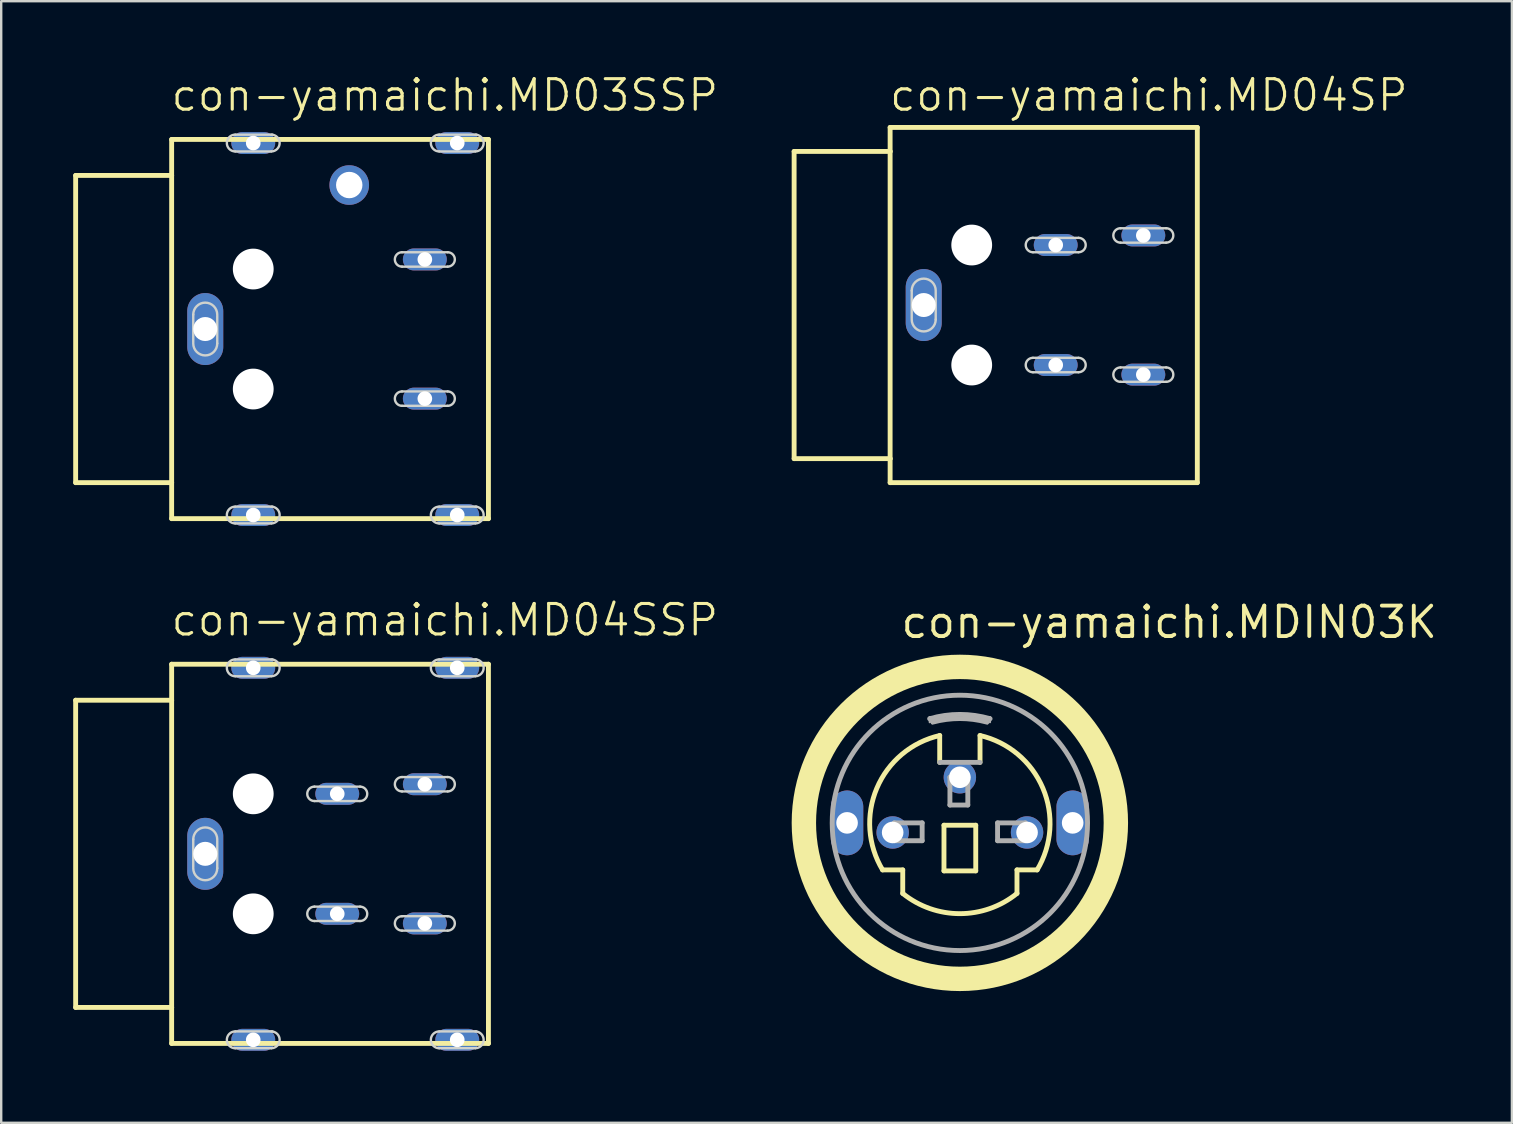
<source format=kicad_pcb>
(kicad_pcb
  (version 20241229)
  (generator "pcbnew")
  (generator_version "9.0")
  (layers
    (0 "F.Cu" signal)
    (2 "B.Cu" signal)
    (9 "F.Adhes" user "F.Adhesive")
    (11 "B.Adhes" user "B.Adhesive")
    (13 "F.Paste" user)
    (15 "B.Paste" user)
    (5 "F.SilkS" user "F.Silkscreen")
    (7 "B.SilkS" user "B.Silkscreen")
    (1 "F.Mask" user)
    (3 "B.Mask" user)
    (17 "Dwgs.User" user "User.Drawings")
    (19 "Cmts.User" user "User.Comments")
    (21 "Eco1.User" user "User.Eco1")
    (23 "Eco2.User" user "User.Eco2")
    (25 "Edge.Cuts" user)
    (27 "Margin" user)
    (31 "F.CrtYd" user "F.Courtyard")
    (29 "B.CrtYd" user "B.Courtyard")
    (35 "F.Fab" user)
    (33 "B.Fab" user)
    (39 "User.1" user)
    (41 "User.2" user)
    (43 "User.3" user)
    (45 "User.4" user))
  (footprint "con-yamaichi.MD04SSP"
    (layer "F.Cu")
    (at 11.002 32.527)
    (property "Reference" "con-yamaichi.MD04SSP" (at -7 -9 0) (layer "F.SilkS") (effects (font (size 1.27 1.27) (thickness 0.13)) (justify left bottom)))
    (attr through_hole)
    (fp_line (start -10.9 -6.4) (end -6.9 -6.4) (stroke (width 0.203) (type default)) (layer "F.SilkS"))
    (fp_line (start -10.9 6.4) (end -10.9 -6.4) (stroke (width 0.203) (type default)) (layer "F.SilkS"))
    (fp_line (start -6.9 -7.9) (end 6.3 -7.9) (stroke (width 0.203) (type default)) (layer "F.SilkS"))
    (fp_line (start -6.9 -6.4) (end -6.9 -7.9) (stroke (width 0.203) (type default)) (layer "F.SilkS"))
    (fp_line (start -6.9 6.4) (end -10.9 6.4) (stroke (width 0.203) (type default)) (layer "F.SilkS"))
    (fp_line (start -6.9 6.4) (end -6.9 -6.4) (stroke (width 0.203) (type default)) (layer "F.SilkS"))
    (fp_line (start -6.9 7.9) (end -6.9 6.4) (stroke (width 0.203) (type default)) (layer "F.SilkS"))
    (fp_line (start 6.3 -7.9) (end 6.3 7.9) (stroke (width 0.203) (type default)) (layer "F.SilkS"))
    (fp_line (start 6.3 7.9) (end -6.9 7.9) (stroke (width 0.203) (type default)) (layer "F.SilkS"))
    (fp_line (start -6 -0.6) (end -6 0.55) (stroke (width 0.1) (type default)) (layer "Edge.Cuts"))
    (fp_line (start -5 0.6) (end -5 -0.55) (stroke (width 0.1) (type default)) (layer "Edge.Cuts"))
    (fp_line (start -4.25 -8.1) (end -2.7 -8.1) (stroke (width 0.1) (type default)) (layer "Edge.Cuts"))
    (fp_line (start -4.25 -7.4) (end -2.75 -7.4) (stroke (width 0.1) (type default)) (layer "Edge.Cuts"))
    (fp_line (start -4.25 7.4) (end -2.7 7.4) (stroke (width 0.1) (type default)) (layer "Edge.Cuts"))
    (fp_line (start -4.25 8.1) (end -2.75 8.1) (stroke (width 0.1) (type default)) (layer "Edge.Cuts"))
    (fp_line (start -0.95 -2.2) (end 0.95 -2.2) (stroke (width 0.1) (type default)) (layer "Edge.Cuts"))
    (fp_line (start -0.95 2.8) (end 0.95 2.8) (stroke (width 0.1) (type default)) (layer "Edge.Cuts"))
    (fp_line (start 0.95 -2.8) (end -0.95 -2.8) (stroke (width 0.1) (type default)) (layer "Edge.Cuts"))
    (fp_line (start 0.95 2.2) (end -0.95 2.2) (stroke (width 0.1) (type default)) (layer "Edge.Cuts"))
    (fp_line (start 2.7 -2.6) (end 4.6 -2.6) (stroke (width 0.1) (type default)) (layer "Edge.Cuts"))
    (fp_line (start 2.7 3.2) (end 4.6 3.2) (stroke (width 0.1) (type default)) (layer "Edge.Cuts"))
    (fp_line (start 4.25 -8.1) (end 5.8 -8.1) (stroke (width 0.1) (type default)) (layer "Edge.Cuts"))
    (fp_line (start 4.25 -7.4) (end 5.75 -7.4) (stroke (width 0.1) (type default)) (layer "Edge.Cuts"))
    (fp_line (start 4.25 7.4) (end 5.8 7.4) (stroke (width 0.1) (type default)) (layer "Edge.Cuts"))
    (fp_line (start 4.25 8.1) (end 5.75 8.1) (stroke (width 0.1) (type default)) (layer "Edge.Cuts"))
    (fp_line (start 4.6 -3.2) (end 2.7 -3.2) (stroke (width 0.1) (type default)) (layer "Edge.Cuts"))
    (fp_line (start 4.6 2.6) (end 2.7 2.6) (stroke (width 0.1) (type default)) (layer "Edge.Cuts"))
    (fp_arc (start -6 -0.6) (mid -5.5 -1.1) (end -5 -0.6) (stroke (width 0.1) (type default)) (layer "Edge.Cuts"))
    (fp_arc (start -5 0.6) (mid -5.5 1.1) (end -6 0.6) (stroke (width 0.1) (type default)) (layer "Edge.Cuts"))
    (fp_arc (start -4.25 -7.4) (mid -4.6 -7.75) (end -4.25 -8.1) (stroke (width 0.1) (type default)) (layer "Edge.Cuts"))
    (fp_arc (start -4.25 8.1) (mid -4.6 7.75) (end -4.25 7.4) (stroke (width 0.1) (type default)) (layer "Edge.Cuts"))
    (fp_arc (start -2.75 -8.1) (mid -2.4 -7.75) (end -2.75 -7.4) (stroke (width 0.1) (type default)) (layer "Edge.Cuts"))
    (fp_arc (start -2.75 7.4) (mid -2.4 7.75) (end -2.75 8.1) (stroke (width 0.1) (type default)) (layer "Edge.Cuts"))
    (fp_arc (start -0.95 -2.2) (mid -1.25 -2.5) (end -0.95 -2.8) (stroke (width 0.1) (type default)) (layer "Edge.Cuts"))
    (fp_arc (start -0.95 2.8) (mid -1.25 2.5) (end -0.95 2.2) (stroke (width 0.1) (type default)) (layer "Edge.Cuts"))
    (fp_arc (start 0.95 -2.8) (mid 1.25 -2.5) (end 0.95 -2.2) (stroke (width 0.1) (type default)) (layer "Edge.Cuts"))
    (fp_arc (start 0.95 2.2) (mid 1.25 2.5) (end 0.95 2.8) (stroke (width 0.1) (type default)) (layer "Edge.Cuts"))
    (fp_arc (start 2.7 -2.6) (mid 2.4 -2.9) (end 2.7 -3.2) (stroke (width 0.1) (type default)) (layer "Edge.Cuts"))
    (fp_arc (start 2.7 3.2) (mid 2.4 2.9) (end 2.7 2.6) (stroke (width 0.1) (type default)) (layer "Edge.Cuts"))
    (fp_arc (start 4.25 -7.4) (mid 3.9 -7.75) (end 4.25 -8.1) (stroke (width 0.1) (type default)) (layer "Edge.Cuts"))
    (fp_arc (start 4.25 8.1) (mid 3.9 7.75) (end 4.25 7.4) (stroke (width 0.1) (type default)) (layer "Edge.Cuts"))
    (fp_arc (start 4.6 -3.2) (mid 4.9 -2.9) (end 4.6 -2.6) (stroke (width 0.1) (type default)) (layer "Edge.Cuts"))
    (fp_arc (start 4.6 2.6) (mid 4.9 2.9) (end 4.6 3.2) (stroke (width 0.1) (type default)) (layer "Edge.Cuts"))
    (fp_arc (start 5.75 -8.1) (mid 6.1 -7.75) (end 5.75 -7.4) (stroke (width 0.1) (type default)) (layer "Edge.Cuts"))
    (fp_arc (start 5.75 7.4) (mid 6.1 7.75) (end 5.75 8.1) (stroke (width 0.1) (type default)) (layer "Edge.Cuts"))
    (pad "" np_thru_hole circle (at -3.5 -2.5) (size 1.7 1.7) (drill 1.7) (layers "*.Cu" "*.Mask"))
    (pad "" np_thru_hole circle (at -3.5 2.5) (size 1.7 1.7) (drill 1.7) (layers "*.Cu" "*.Mask"))
    (pad "1" thru_hole oval (at 3.65 2.9) (size 1.829 0.914) (drill 0.61) (layers "*.Cu" "*.Mask"))
    (pad "2" thru_hole oval (at 3.65 -2.9) (size 1.829 0.914) (drill 0.61) (layers "*.Cu" "*.Mask"))
    (pad "3" thru_hole oval (at 0 2.5) (size 1.829 0.914) (drill 0.61) (layers "*.Cu" "*.Mask"))
    (pad "4" thru_hole oval (at 0 -2.5) (size 1.829 0.914) (drill 0.61) (layers "*.Cu" "*.Mask"))
    (pad "S" thru_hole oval (at -5.5 0 90) (size 3 1.5) (drill 1) (layers "*.Cu" "*.Mask"))
    (pad "S@1" thru_hole oval (at -3.5 -7.75) (size 1.829 0.914) (drill 0.61) (layers "*.Cu" "*.Mask"))
    (pad "S@4" thru_hole oval (at -3.5 7.75) (size 1.829 0.914) (drill 0.61) (layers "*.Cu" "*.Mask"))
    (pad "SQ2" thru_hole oval (at 5 -7.75) (size 1.829 0.914) (drill 0.61) (layers "*.Cu" "*.Mask"))
    (pad "SQ3" thru_hole oval (at 5 7.75) (size 1.829 0.914) (drill 0.61) (layers "*.Cu" "*.Mask")))
  (footprint "con-yamaichi.MD03SSP"
    (layer "F.Cu")
    (at 11.002 10.66)
    (property "Reference" "con-yamaichi.MD03SSP" (at -7 -9 0) (layer "F.SilkS") (effects (font (size 1.27 1.27) (thickness 0.13)) (justify left bottom)))
    (attr through_hole)
    (fp_line (start -10.9 -6.4) (end -6.9 -6.4) (stroke (width 0.203) (type default)) (layer "F.SilkS"))
    (fp_line (start -10.9 6.4) (end -10.9 -6.4) (stroke (width 0.203) (type default)) (layer "F.SilkS"))
    (fp_line (start -6.9 -7.9) (end 6.3 -7.9) (stroke (width 0.203) (type default)) (layer "F.SilkS"))
    (fp_line (start -6.9 -6.4) (end -6.9 -7.9) (stroke (width 0.203) (type default)) (layer "F.SilkS"))
    (fp_line (start -6.9 6.4) (end -10.9 6.4) (stroke (width 0.203) (type default)) (layer "F.SilkS"))
    (fp_line (start -6.9 6.4) (end -6.9 -6.4) (stroke (width 0.203) (type default)) (layer "F.SilkS"))
    (fp_line (start -6.9 7.9) (end -6.9 6.4) (stroke (width 0.203) (type default)) (layer "F.SilkS"))
    (fp_line (start 6.3 -7.9) (end 6.3 7.9) (stroke (width 0.203) (type default)) (layer "F.SilkS"))
    (fp_line (start 6.3 7.9) (end -6.9 7.9) (stroke (width 0.203) (type default)) (layer "F.SilkS"))
    (fp_line (start -6 -0.6) (end -6 0.55) (stroke (width 0.1) (type default)) (layer "Edge.Cuts"))
    (fp_line (start -5 0.6) (end -5 -0.55) (stroke (width 0.1) (type default)) (layer "Edge.Cuts"))
    (fp_line (start -4.25 -8.1) (end -2.7 -8.1) (stroke (width 0.1) (type default)) (layer "Edge.Cuts"))
    (fp_line (start -4.25 -7.4) (end -2.75 -7.4) (stroke (width 0.1) (type default)) (layer "Edge.Cuts"))
    (fp_line (start -4.25 7.4) (end -2.7 7.4) (stroke (width 0.1) (type default)) (layer "Edge.Cuts"))
    (fp_line (start -4.25 8.1) (end -2.75 8.1) (stroke (width 0.1) (type default)) (layer "Edge.Cuts"))
    (fp_line (start 2.7 -2.6) (end 4.6 -2.6) (stroke (width 0.1) (type default)) (layer "Edge.Cuts"))
    (fp_line (start 2.7 3.2) (end 4.6 3.2) (stroke (width 0.1) (type default)) (layer "Edge.Cuts"))
    (fp_line (start 4.25 -8.1) (end 5.8 -8.1) (stroke (width 0.1) (type default)) (layer "Edge.Cuts"))
    (fp_line (start 4.25 -7.4) (end 5.75 -7.4) (stroke (width 0.1) (type default)) (layer "Edge.Cuts"))
    (fp_line (start 4.25 7.4) (end 5.8 7.4) (stroke (width 0.1) (type default)) (layer "Edge.Cuts"))
    (fp_line (start 4.25 8.1) (end 5.75 8.1) (stroke (width 0.1) (type default)) (layer "Edge.Cuts"))
    (fp_line (start 4.6 -3.2) (end 2.7 -3.2) (stroke (width 0.1) (type default)) (layer "Edge.Cuts"))
    (fp_line (start 4.6 2.6) (end 2.7 2.6) (stroke (width 0.1) (type default)) (layer "Edge.Cuts"))
    (fp_arc (start -6 -0.6) (mid -5.5 -1.1) (end -5 -0.6) (stroke (width 0.1) (type default)) (layer "Edge.Cuts"))
    (fp_arc (start -5 0.6) (mid -5.5 1.1) (end -6 0.6) (stroke (width 0.1) (type default)) (layer "Edge.Cuts"))
    (fp_arc (start -4.25 -7.4) (mid -4.6 -7.75) (end -4.25 -8.1) (stroke (width 0.1) (type default)) (layer "Edge.Cuts"))
    (fp_arc (start -4.25 8.1) (mid -4.6 7.75) (end -4.25 7.4) (stroke (width 0.1) (type default)) (layer "Edge.Cuts"))
    (fp_arc (start -2.75 -8.1) (mid -2.4 -7.75) (end -2.75 -7.4) (stroke (width 0.1) (type default)) (layer "Edge.Cuts"))
    (fp_arc (start -2.75 7.4) (mid -2.4 7.75) (end -2.75 8.1) (stroke (width 0.1) (type default)) (layer "Edge.Cuts"))
    (fp_arc (start 2.7 -2.6) (mid 2.4 -2.9) (end 2.7 -3.2) (stroke (width 0.1) (type default)) (layer "Edge.Cuts"))
    (fp_arc (start 2.7 3.2) (mid 2.4 2.9) (end 2.7 2.6) (stroke (width 0.1) (type default)) (layer "Edge.Cuts"))
    (fp_arc (start 4.25 -7.4) (mid 3.9 -7.75) (end 4.25 -8.1) (stroke (width 0.1) (type default)) (layer "Edge.Cuts"))
    (fp_arc (start 4.25 8.1) (mid 3.9 7.75) (end 4.25 7.4) (stroke (width 0.1) (type default)) (layer "Edge.Cuts"))
    (fp_arc (start 4.6 -3.2) (mid 4.9 -2.9) (end 4.6 -2.6) (stroke (width 0.1) (type default)) (layer "Edge.Cuts"))
    (fp_arc (start 4.6 2.6) (mid 4.9 2.9) (end 4.6 3.2) (stroke (width 0.1) (type default)) (layer "Edge.Cuts"))
    (fp_arc (start 5.75 -8.1) (mid 6.1 -7.75) (end 5.75 -7.4) (stroke (width 0.1) (type default)) (layer "Edge.Cuts"))
    (fp_arc (start 5.75 7.4) (mid 6.1 7.75) (end 5.75 8.1) (stroke (width 0.1) (type default)) (layer "Edge.Cuts"))
    (pad "" np_thru_hole circle (at -3.5 -2.5) (size 1.7 1.7) (drill 1.7) (layers "*.Cu" "*.Mask"))
    (pad "" np_thru_hole circle (at -3.5 2.5) (size 1.7 1.7) (drill 1.7) (layers "*.Cu" "*.Mask"))
    (pad "1" thru_hole oval (at 3.65 2.9) (size 1.829 0.914) (drill 0.61) (layers "*.Cu" "*.Mask"))
    (pad "2" thru_hole oval (at 3.65 -2.9) (size 1.829 0.914) (drill 0.61) (layers "*.Cu" "*.Mask"))
    (pad "3" thru_hole circle (at 0.5 -6) (size 1.65 1.65) (drill 1.1) (layers "*.Cu" "*.Mask"))
    (pad "S" thru_hole oval (at -5.5 0 90) (size 3 1.5) (drill 1) (layers "*.Cu" "*.Mask"))
    (pad "S@1" thru_hole oval (at -3.5 -7.75) (size 1.829 0.914) (drill 0.61) (layers "*.Cu" "*.Mask"))
    (pad "S@4" thru_hole oval (at -3.5 7.75) (size 1.829 0.914) (drill 0.61) (layers "*.Cu" "*.Mask"))
    (pad "SQ2" thru_hole oval (at 5 -7.75) (size 1.829 0.914) (drill 0.61) (layers "*.Cu" "*.Mask"))
    (pad "SQ3" thru_hole oval (at 5 7.75) (size 1.829 0.914) (drill 0.61) (layers "*.Cu" "*.Mask")))
  (footprint "con-yamaichi.MDIN03K"
    (layer "F.Cu")
    (at 36.945 31.237)
    (property "Reference" "con-yamaichi.MDIN03K" (at -2.54 -7.62 0) (layer "F.SilkS") (effects (font (size 1.27 1.27) (thickness 0.16)) (justify left bottom)))
    (attr through_hole)
    (fp_line (start -3.22 1.96) (end -2.38 1.96) (stroke (width 0.203) (type default)) (layer "F.SilkS"))
    (fp_line (start -2.38 1.96) (end -2.38 2.94) (stroke (width 0.203) (type default)) (layer "F.SilkS"))
    (fp_line (start -0.84 -2.52) (end -0.84 -3.64) (stroke (width 0.203) (type default)) (layer "F.SilkS"))
    (fp_line (start -0.662 0.098) (end 0.662 0.098) (stroke (width 0.203) (type default)) (layer "F.SilkS"))
    (fp_line (start -0.662 2) (end -0.662 0.098) (stroke (width 0.203) (type default)) (layer "F.SilkS"))
    (fp_line (start 0.662 0.098) (end 0.662 2) (stroke (width 0.203) (type default)) (layer "F.SilkS"))
    (fp_line (start 0.662 2) (end -0.662 2) (stroke (width 0.203) (type default)) (layer "F.SilkS"))
    (fp_line (start 0.84 -3.64) (end 0.84 -2.52) (stroke (width 0.203) (type default)) (layer "F.SilkS"))
    (fp_line (start 2.38 1.96) (end 2.38 2.94) (stroke (width 0.203) (type default)) (layer "F.SilkS"))
    (fp_line (start 3.22 1.96) (end 2.38 1.96) (stroke (width 0.203) (type default)) (layer "F.SilkS"))
    (fp_arc (start -3.22 1.96) (mid -3.458453 -1.447093) (end -0.84 -3.64) (stroke (width 0.2032) (type default)) (layer "F.SilkS"))
    (fp_arc (start 0.84 -3.64) (mid 3.458453 -1.447093) (end 3.22 1.96) (stroke (width 0.2032) (type default)) (layer "F.SilkS"))
    (fp_arc (start 2.38 2.94) (mid 0 3.782592) (end -2.38 2.94) (stroke (width 0.2032) (type default)) (layer "F.SilkS"))
    (fp_circle (center 0 0) (end 6.5 0) (stroke (width 1.016) (type default)) (fill no) (layer "F.SilkS"))
    (fp_line (start -2.729 0) (end -1.571 0) (stroke (width 0.203) (type default)) (layer "F.Fab"))
    (fp_line (start -2.729 0.744) (end -2.729 0) (stroke (width 0.203) (type default)) (layer "F.Fab"))
    (fp_line (start -1.571 0) (end -1.571 0.744) (stroke (width 0.203) (type default)) (layer "F.Fab"))
    (fp_line (start -1.571 0.744) (end -2.729 0.744) (stroke (width 0.203) (type default)) (layer "F.Fab"))
    (fp_line (start -1.25 -4.4) (end -1.25 -4.2) (stroke (width 0.102) (type default)) (layer "F.Fab"))
    (fp_line (start -1.15 -4.4) (end -1.25 -4.4) (stroke (width 0.102) (type default)) (layer "F.Fab"))
    (fp_line (start -1.15 -4.15) (end -1.15 -4.4) (stroke (width 0.102) (type default)) (layer "F.Fab"))
    (fp_line (start -0.414 -1.902) (end 0.331 -1.902) (stroke (width 0.203) (type default)) (layer "F.Fab"))
    (fp_line (start -0.414 -0.744) (end -0.414 -1.902) (stroke (width 0.203) (type default)) (layer "F.Fab"))
    (fp_line (start 0.331 -1.902) (end 0.331 -0.744) (stroke (width 0.203) (type default)) (layer "F.Fab"))
    (fp_line (start 0.331 -0.744) (end -0.414 -0.744) (stroke (width 0.203) (type default)) (layer "F.Fab"))
    (fp_line (start 0.84 -2.52) (end -0.84 -2.52) (stroke (width 0.203) (type default)) (layer "F.Fab"))
    (fp_line (start 1.15 -4.4) (end 1.25 -4.4) (stroke (width 0.102) (type default)) (layer "F.Fab"))
    (fp_line (start 1.15 -4.15) (end 1.15 -4.4) (stroke (width 0.102) (type default)) (layer "F.Fab"))
    (fp_line (start 1.25 -4.4) (end 1.25 -4.2) (stroke (width 0.102) (type default)) (layer "F.Fab"))
    (fp_line (start 1.571 0) (end 2.729 0) (stroke (width 0.203) (type default)) (layer "F.Fab"))
    (fp_line (start 1.571 0.744) (end 1.571 0) (stroke (width 0.203) (type default)) (layer "F.Fab"))
    (fp_line (start 2.729 0) (end 2.729 0.744) (stroke (width 0.203) (type default)) (layer "F.Fab"))
    (fp_line (start 2.729 0.744) (end 1.571 0.744) (stroke (width 0.203) (type default)) (layer "F.Fab"))
    (fp_arc (start -1.26 -4.34) (mid 0 -4.519203) (end 1.26 -4.34) (stroke (width 0.2032) (type default)) (layer "F.Fab"))
    (fp_arc (start -1.12 -4.2) (mid 0 -4.346769) (end 1.12 -4.2) (stroke (width 0.2032) (type default)) (layer "F.Fab"))
    (fp_circle (center 0 0) (end 5.32 0) (stroke (width 0.203) (type default)) (fill no) (layer "F.Fab"))
    (pad "1" thru_hole circle (at 2.8 0.4) (size 1.35 1.35) (drill 0.9) (layers "*.Cu" "*.Mask"))
    (pad "2" thru_hole circle (at -2.8 0.4) (size 1.35 1.35) (drill 0.9) (layers "*.Cu" "*.Mask"))
    (pad "3" thru_hole circle (at 0 -1.9) (size 1.35 1.35) (drill 0.9) (layers "*.Cu" "*.Mask"))
    (pad "M1" thru_hole oval (at -4.7 0 90) (size 2.7 1.35) (drill 0.9) (layers "*.Cu" "*.Mask"))
    (pad "M2" thru_hole oval (at 4.7 0 90) (size 2.7 1.35) (drill 0.9) (layers "*.Cu" "*.Mask")))
  (footprint "con-yamaichi.MD04SP"
    (layer "F.Cu")
    (at 40.939 9.66)
    (property "Reference" "con-yamaichi.MD04SP" (at -7 -8 0) (layer "F.SilkS") (effects (font (size 1.27 1.27) (thickness 0.13)) (justify left bottom)))
    (attr through_hole)
    (fp_line (start -10.9 -6.4) (end -6.9 -6.4) (stroke (width 0.203) (type default)) (layer "F.SilkS"))
    (fp_line (start -10.9 6.4) (end -10.9 -6.4) (stroke (width 0.203) (type default)) (layer "F.SilkS"))
    (fp_line (start -6.9 -7.4) (end 5.9 -7.4) (stroke (width 0.203) (type default)) (layer "F.SilkS"))
    (fp_line (start -6.9 -6.4) (end -6.9 -7.4) (stroke (width 0.203) (type default)) (layer "F.SilkS"))
    (fp_line (start -6.9 6.4) (end -10.9 6.4) (stroke (width 0.203) (type default)) (layer "F.SilkS"))
    (fp_line (start -6.9 6.4) (end -6.9 -6.4) (stroke (width 0.203) (type default)) (layer "F.SilkS"))
    (fp_line (start -6.9 7.4) (end -6.9 6.4) (stroke (width 0.203) (type default)) (layer "F.SilkS"))
    (fp_line (start 5.9 -7.4) (end 5.9 7.4) (stroke (width 0.203) (type default)) (layer "F.SilkS"))
    (fp_line (start 5.9 7.4) (end -6.9 7.4) (stroke (width 0.203) (type default)) (layer "F.SilkS"))
    (fp_line (start -6 -0.6) (end -6 0.55) (stroke (width 0.1) (type default)) (layer "Edge.Cuts"))
    (fp_line (start -5 0.6) (end -5 -0.55) (stroke (width 0.1) (type default)) (layer "Edge.Cuts"))
    (fp_line (start -0.95 -2.2) (end 0.95 -2.2) (stroke (width 0.1) (type default)) (layer "Edge.Cuts"))
    (fp_line (start -0.95 2.8) (end 0.95 2.8) (stroke (width 0.1) (type default)) (layer "Edge.Cuts"))
    (fp_line (start 0.95 -2.8) (end -0.95 -2.8) (stroke (width 0.1) (type default)) (layer "Edge.Cuts"))
    (fp_line (start 0.95 2.2) (end -0.95 2.2) (stroke (width 0.1) (type default)) (layer "Edge.Cuts"))
    (fp_line (start 2.7 -2.6) (end 4.6 -2.6) (stroke (width 0.1) (type default)) (layer "Edge.Cuts"))
    (fp_line (start 2.7 3.2) (end 4.6 3.2) (stroke (width 0.1) (type default)) (layer "Edge.Cuts"))
    (fp_line (start 4.6 -3.2) (end 2.7 -3.2) (stroke (width 0.1) (type default)) (layer "Edge.Cuts"))
    (fp_line (start 4.6 2.6) (end 2.7 2.6) (stroke (width 0.1) (type default)) (layer "Edge.Cuts"))
    (fp_arc (start -6 -0.6) (mid -5.5 -1.1) (end -5 -0.6) (stroke (width 0.1) (type default)) (layer "Edge.Cuts"))
    (fp_arc (start -5 0.6) (mid -5.5 1.1) (end -6 0.6) (stroke (width 0.1) (type default)) (layer "Edge.Cuts"))
    (fp_arc (start -0.95 -2.2) (mid -1.25 -2.5) (end -0.95 -2.8) (stroke (width 0.1) (type default)) (layer "Edge.Cuts"))
    (fp_arc (start -0.95 2.8) (mid -1.25 2.5) (end -0.95 2.2) (stroke (width 0.1) (type default)) (layer "Edge.Cuts"))
    (fp_arc (start 0.95 -2.8) (mid 1.25 -2.5) (end 0.95 -2.2) (stroke (width 0.1) (type default)) (layer "Edge.Cuts"))
    (fp_arc (start 0.95 2.2) (mid 1.25 2.5) (end 0.95 2.8) (stroke (width 0.1) (type default)) (layer "Edge.Cuts"))
    (fp_arc (start 2.7 -2.6) (mid 2.4 -2.9) (end 2.7 -3.2) (stroke (width 0.1) (type default)) (layer "Edge.Cuts"))
    (fp_arc (start 2.7 3.2) (mid 2.4 2.9) (end 2.7 2.6) (stroke (width 0.1) (type default)) (layer "Edge.Cuts"))
    (fp_arc (start 4.6 -3.2) (mid 4.9 -2.9) (end 4.6 -2.6) (stroke (width 0.1) (type default)) (layer "Edge.Cuts"))
    (fp_arc (start 4.6 2.6) (mid 4.9 2.9) (end 4.6 3.2) (stroke (width 0.1) (type default)) (layer "Edge.Cuts"))
    (pad "" np_thru_hole circle (at -3.5 -2.5) (size 1.7 1.7) (drill 1.7) (layers "*.Cu" "*.Mask"))
    (pad "" np_thru_hole circle (at -3.5 2.5) (size 1.7 1.7) (drill 1.7) (layers "*.Cu" "*.Mask"))
    (pad "1" thru_hole oval (at 3.65 2.9) (size 1.829 0.914) (drill 0.61) (layers "*.Cu" "*.Mask"))
    (pad "2" thru_hole oval (at 3.65 -2.9) (size 1.829 0.914) (drill 0.61) (layers "*.Cu" "*.Mask"))
    (pad "3" thru_hole oval (at 0 2.5) (size 1.829 0.914) (drill 0.61) (layers "*.Cu" "*.Mask"))
    (pad "4" thru_hole oval (at 0 -2.5) (size 1.829 0.914) (drill 0.61) (layers "*.Cu" "*.Mask"))
    (pad "S" thru_hole oval (at -5.5 0 90) (size 3 1.5) (drill 1) (layers "*.Cu" "*.Mask")))
  (gr_rect
    (start -3 -3)
    (end 59.947 43.734)
    (stroke (width 0.1) (type default))
    (fill no)
    (layer "Edge.Cuts")))
</source>
